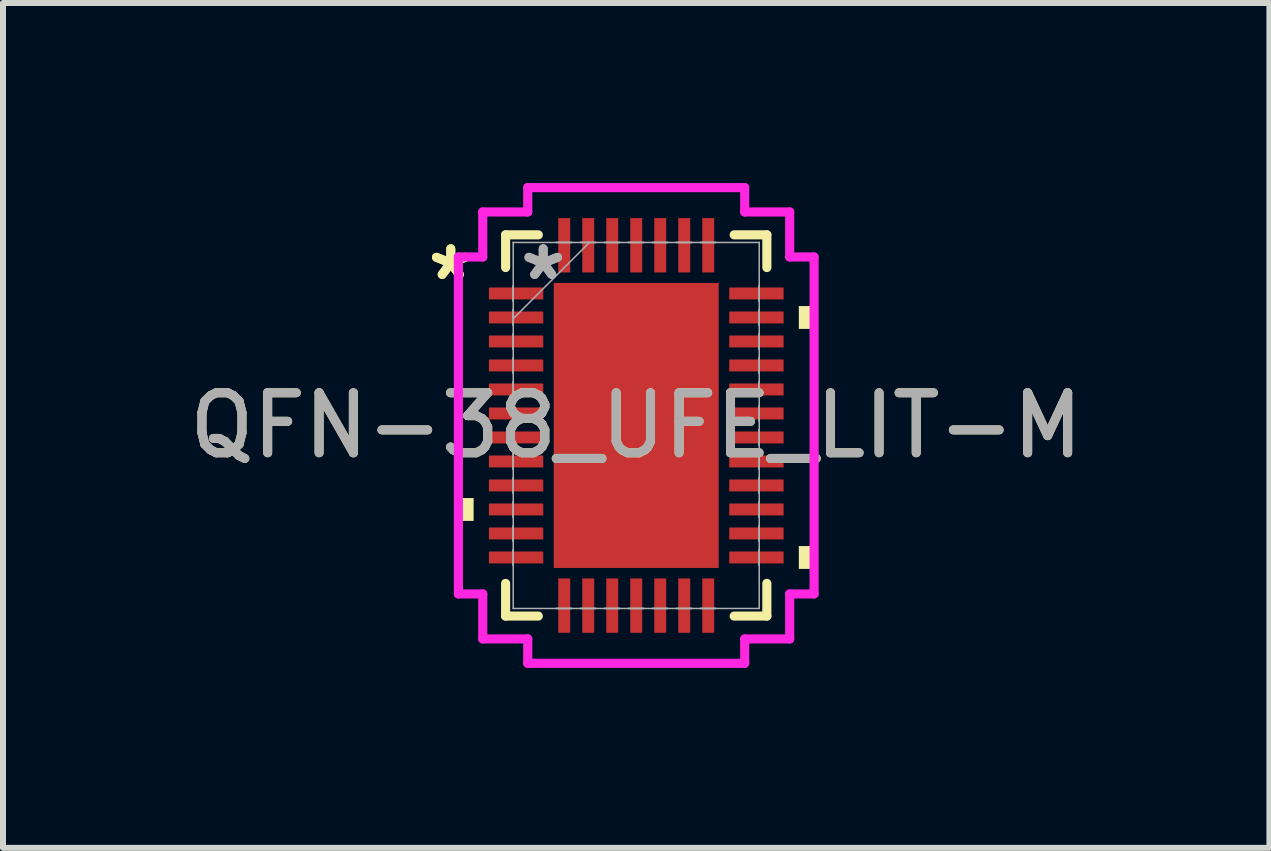
<source format=kicad_pcb>
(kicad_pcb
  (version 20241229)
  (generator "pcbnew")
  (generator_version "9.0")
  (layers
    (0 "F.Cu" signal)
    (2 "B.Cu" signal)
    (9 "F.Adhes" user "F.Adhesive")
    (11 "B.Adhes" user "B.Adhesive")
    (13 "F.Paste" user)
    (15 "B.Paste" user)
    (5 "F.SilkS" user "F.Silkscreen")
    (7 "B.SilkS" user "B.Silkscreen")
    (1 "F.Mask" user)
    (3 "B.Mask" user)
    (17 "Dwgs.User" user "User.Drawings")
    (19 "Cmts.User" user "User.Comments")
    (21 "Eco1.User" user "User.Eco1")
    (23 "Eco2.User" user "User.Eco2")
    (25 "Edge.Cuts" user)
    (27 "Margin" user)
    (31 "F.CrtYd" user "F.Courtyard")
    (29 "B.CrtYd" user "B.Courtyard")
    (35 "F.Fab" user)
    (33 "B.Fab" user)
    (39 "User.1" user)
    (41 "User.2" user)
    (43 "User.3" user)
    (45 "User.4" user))
  (footprint "QFN-38_UFE_LIT-M"
    (layer "F.Cu")
    (at 7.554 4.041)
    (property "Reference" "QFN-38_UFE_LIT-M" (at 0 0 0) (unlocked yes) (layer "F.SilkS") (effects (font (size 1 1) (thickness 0.15))))
    (attr smd)
    (fp_line (start -2.177 -3.177) (end -2.177 -2.632) (stroke (width 0.152) (type solid)) (layer "F.SilkS"))
    (fp_line (start -2.177 2.632) (end -2.177 3.177) (stroke (width 0.152) (type solid)) (layer "F.SilkS"))
    (fp_line (start -2.177 3.177) (end -1.632 3.177) (stroke (width 0.152) (type solid)) (layer "F.SilkS"))
    (fp_line (start -1.632 -3.177) (end -2.177 -3.177) (stroke (width 0.152) (type solid)) (layer "F.SilkS"))
    (fp_line (start 1.632 3.177) (end 2.177 3.177) (stroke (width 0.152) (type solid)) (layer "F.SilkS"))
    (fp_line (start 2.177 -3.177) (end 1.632 -3.177) (stroke (width 0.152) (type solid)) (layer "F.SilkS"))
    (fp_line (start 2.177 -2.632) (end 2.177 -3.177) (stroke (width 0.152) (type solid)) (layer "F.SilkS"))
    (fp_line (start 2.177 3.177) (end 2.177 2.632) (stroke (width 0.152) (type solid)) (layer "F.SilkS"))
    (fp_poly (pts (xy -2.964 1.21) (xy -2.964 1.591) (xy -2.71 1.591) (xy -2.71 1.21)) (stroke (width 0) (type solid)) (fill yes) (layer "F.SilkS"))
    (fp_poly (pts (xy 2.964 -1.99) (xy 2.964 -1.609) (xy 2.71 -1.609) (xy 2.71 -1.99)) (stroke (width 0) (type solid)) (fill yes) (layer "F.SilkS"))
    (fp_poly (pts (xy 2.964 2.01) (xy 2.964 2.391) (xy 2.71 2.391) (xy 2.71 2.01)) (stroke (width 0) (type solid)) (fill yes) (layer "F.SilkS"))
    (fp_poly (pts (xy -1.275 -2.275) (xy -1.275 -0.892) (xy -0.1 -0.892) (xy -0.1 -2.275)) (stroke (width 0) (type solid)) (fill yes) (layer "F.Paste"))
    (fp_poly (pts (xy -1.275 -0.692) (xy -1.275 0.692) (xy -0.1 0.692) (xy -0.1 -0.692)) (stroke (width 0) (type solid)) (fill yes) (layer "F.Paste"))
    (fp_poly (pts (xy -1.275 0.892) (xy -1.275 2.275) (xy -0.1 2.275) (xy -0.1 0.892)) (stroke (width 0) (type solid)) (fill yes) (layer "F.Paste"))
    (fp_poly (pts (xy 0.1 -2.275) (xy 0.1 -0.892) (xy 1.275 -0.892) (xy 1.275 -2.275)) (stroke (width 0) (type solid)) (fill yes) (layer "F.Paste"))
    (fp_poly (pts (xy 0.1 -0.692) (xy 0.1 0.692) (xy 1.275 0.692) (xy 1.275 -0.692)) (stroke (width 0) (type solid)) (fill yes) (layer "F.Paste"))
    (fp_poly (pts (xy 0.1 0.892) (xy 0.1 2.275) (xy 1.275 2.275) (xy 1.275 0.892)) (stroke (width 0) (type solid)) (fill yes) (layer "F.Paste"))
    (fp_line (start -2.964 -2.808) (end -2.558 -2.808) (stroke (width 0.152) (type solid)) (layer "F.CrtYd"))
    (fp_line (start -2.964 2.808) (end -2.964 -2.808) (stroke (width 0.152) (type solid)) (layer "F.CrtYd"))
    (fp_line (start -2.558 -3.558) (end -1.808 -3.558) (stroke (width 0.152) (type solid)) (layer "F.CrtYd"))
    (fp_line (start -2.558 -2.808) (end -2.558 -3.558) (stroke (width 0.152) (type solid)) (layer "F.CrtYd"))
    (fp_line (start -2.558 2.808) (end -2.964 2.808) (stroke (width 0.152) (type solid)) (layer "F.CrtYd"))
    (fp_line (start -2.558 3.558) (end -2.558 2.808) (stroke (width 0.152) (type solid)) (layer "F.CrtYd"))
    (fp_line (start -1.808 -3.964) (end 1.808 -3.964) (stroke (width 0.152) (type solid)) (layer "F.CrtYd"))
    (fp_line (start -1.808 -3.558) (end -1.808 -3.964) (stroke (width 0.152) (type solid)) (layer "F.CrtYd"))
    (fp_line (start -1.808 3.558) (end -2.558 3.558) (stroke (width 0.152) (type solid)) (layer "F.CrtYd"))
    (fp_line (start -1.808 3.964) (end -1.808 3.558) (stroke (width 0.152) (type solid)) (layer "F.CrtYd"))
    (fp_line (start 1.808 -3.964) (end 1.808 -3.558) (stroke (width 0.152) (type solid)) (layer "F.CrtYd"))
    (fp_line (start 1.808 -3.558) (end 2.558 -3.558) (stroke (width 0.152) (type solid)) (layer "F.CrtYd"))
    (fp_line (start 1.808 3.558) (end 1.808 3.964) (stroke (width 0.152) (type solid)) (layer "F.CrtYd"))
    (fp_line (start 1.808 3.964) (end -1.808 3.964) (stroke (width 0.152) (type solid)) (layer "F.CrtYd"))
    (fp_line (start 2.558 -3.558) (end 2.558 -2.808) (stroke (width 0.152) (type solid)) (layer "F.CrtYd"))
    (fp_line (start 2.558 -2.808) (end 2.964 -2.808) (stroke (width 0.152) (type solid)) (layer "F.CrtYd"))
    (fp_line (start 2.558 2.808) (end 2.558 3.558) (stroke (width 0.152) (type solid)) (layer "F.CrtYd"))
    (fp_line (start 2.558 3.558) (end 1.808 3.558) (stroke (width 0.152) (type solid)) (layer "F.CrtYd"))
    (fp_line (start 2.964 -2.808) (end 2.964 2.808) (stroke (width 0.152) (type solid)) (layer "F.CrtYd"))
    (fp_line (start 2.964 2.808) (end 2.558 2.808) (stroke (width 0.152) (type solid)) (layer "F.CrtYd"))
    (fp_line (start -2.05 -3.05) (end -2.05 -3.05) (stroke (width 0.025) (type solid)) (layer "F.Fab"))
    (fp_line (start -2.05 -3.05) (end -2.05 3.05) (stroke (width 0.025) (type solid)) (layer "F.Fab"))
    (fp_line (start -2.05 -2.325) (end -2.05 -2.325) (stroke (width 0.025) (type solid)) (layer "F.Fab"))
    (fp_line (start -2.05 -2.325) (end -2.05 -2.075) (stroke (width 0.025) (type solid)) (layer "F.Fab"))
    (fp_line (start -2.05 -2.075) (end -2.05 -2.325) (stroke (width 0.025) (type solid)) (layer "F.Fab"))
    (fp_line (start -2.05 -2.075) (end -2.05 -2.075) (stroke (width 0.025) (type solid)) (layer "F.Fab"))
    (fp_line (start -2.05 -1.925) (end -2.05 -1.925) (stroke (width 0.025) (type solid)) (layer "F.Fab"))
    (fp_line (start -2.05 -1.925) (end -2.05 -1.675) (stroke (width 0.025) (type solid)) (layer "F.Fab"))
    (fp_line (start -2.05 -1.78) (end -0.78 -3.05) (stroke (width 0.025) (type solid)) (layer "F.Fab"))
    (fp_line (start -2.05 -1.675) (end -2.05 -1.925) (stroke (width 0.025) (type solid)) (layer "F.Fab"))
    (fp_line (start -2.05 -1.675) (end -2.05 -1.675) (stroke (width 0.025) (type solid)) (layer "F.Fab"))
    (fp_line (start -2.05 -1.525) (end -2.05 -1.525) (stroke (width 0.025) (type solid)) (layer "F.Fab"))
    (fp_line (start -2.05 -1.525) (end -2.05 -1.275) (stroke (width 0.025) (type solid)) (layer "F.Fab"))
    (fp_line (start -2.05 -1.275) (end -2.05 -1.525) (stroke (width 0.025) (type solid)) (layer "F.Fab"))
    (fp_line (start -2.05 -1.275) (end -2.05 -1.275) (stroke (width 0.025) (type solid)) (layer "F.Fab"))
    (fp_line (start -2.05 -1.125) (end -2.05 -1.125) (stroke (width 0.025) (type solid)) (layer "F.Fab"))
    (fp_line (start -2.05 -1.125) (end -2.05 -0.875) (stroke (width 0.025) (type solid)) (layer "F.Fab"))
    (fp_line (start -2.05 -0.875) (end -2.05 -1.125) (stroke (width 0.025) (type solid)) (layer "F.Fab"))
    (fp_line (start -2.05 -0.875) (end -2.05 -0.875) (stroke (width 0.025) (type solid)) (layer "F.Fab"))
    (fp_line (start -2.05 -0.725) (end -2.05 -0.725) (stroke (width 0.025) (type solid)) (layer "F.Fab"))
    (fp_line (start -2.05 -0.725) (end -2.05 -0.475) (stroke (width 0.025) (type solid)) (layer "F.Fab"))
    (fp_line (start -2.05 -0.475) (end -2.05 -0.725) (stroke (width 0.025) (type solid)) (layer "F.Fab"))
    (fp_line (start -2.05 -0.475) (end -2.05 -0.475) (stroke (width 0.025) (type solid)) (layer "F.Fab"))
    (fp_line (start -2.05 -0.325) (end -2.05 -0.325) (stroke (width 0.025) (type solid)) (layer "F.Fab"))
    (fp_line (start -2.05 -0.325) (end -2.05 -0.075) (stroke (width 0.025) (type solid)) (layer "F.Fab"))
    (fp_line (start -2.05 -0.075) (end -2.05 -0.325) (stroke (width 0.025) (type solid)) (layer "F.Fab"))
    (fp_line (start -2.05 -0.075) (end -2.05 -0.075) (stroke (width 0.025) (type solid)) (layer "F.Fab"))
    (fp_line (start -2.05 0.075) (end -2.05 0.075) (stroke (width 0.025) (type solid)) (layer "F.Fab"))
    (fp_line (start -2.05 0.075) (end -2.05 0.325) (stroke (width 0.025) (type solid)) (layer "F.Fab"))
    (fp_line (start -2.05 0.325) (end -2.05 0.075) (stroke (width 0.025) (type solid)) (layer "F.Fab"))
    (fp_line (start -2.05 0.325) (end -2.05 0.325) (stroke (width 0.025) (type solid)) (layer "F.Fab"))
    (fp_line (start -2.05 0.475) (end -2.05 0.475) (stroke (width 0.025) (type solid)) (layer "F.Fab"))
    (fp_line (start -2.05 0.475) (end -2.05 0.725) (stroke (width 0.025) (type solid)) (layer "F.Fab"))
    (fp_line (start -2.05 0.725) (end -2.05 0.475) (stroke (width 0.025) (type solid)) (layer "F.Fab"))
    (fp_line (start -2.05 0.725) (end -2.05 0.725) (stroke (width 0.025) (type solid)) (layer "F.Fab"))
    (fp_line (start -2.05 0.875) (end -2.05 0.875) (stroke (width 0.025) (type solid)) (layer "F.Fab"))
    (fp_line (start -2.05 0.875) (end -2.05 1.125) (stroke (width 0.025) (type solid)) (layer "F.Fab"))
    (fp_line (start -2.05 1.125) (end -2.05 0.875) (stroke (width 0.025) (type solid)) (layer "F.Fab"))
    (fp_line (start -2.05 1.125) (end -2.05 1.125) (stroke (width 0.025) (type solid)) (layer "F.Fab"))
    (fp_line (start -2.05 1.275) (end -2.05 1.275) (stroke (width 0.025) (type solid)) (layer "F.Fab"))
    (fp_line (start -2.05 1.275) (end -2.05 1.525) (stroke (width 0.025) (type solid)) (layer "F.Fab"))
    (fp_line (start -2.05 1.525) (end -2.05 1.275) (stroke (width 0.025) (type solid)) (layer "F.Fab"))
    (fp_line (start -2.05 1.525) (end -2.05 1.525) (stroke (width 0.025) (type solid)) (layer "F.Fab"))
    (fp_line (start -2.05 1.675) (end -2.05 1.675) (stroke (width 0.025) (type solid)) (layer "F.Fab"))
    (fp_line (start -2.05 1.675) (end -2.05 1.925) (stroke (width 0.025) (type solid)) (layer "F.Fab"))
    (fp_line (start -2.05 1.925) (end -2.05 1.675) (stroke (width 0.025) (type solid)) (layer "F.Fab"))
    (fp_line (start -2.05 1.925) (end -2.05 1.925) (stroke (width 0.025) (type solid)) (layer "F.Fab"))
    (fp_line (start -2.05 2.075) (end -2.05 2.075) (stroke (width 0.025) (type solid)) (layer "F.Fab"))
    (fp_line (start -2.05 2.075) (end -2.05 2.325) (stroke (width 0.025) (type solid)) (layer "F.Fab"))
    (fp_line (start -2.05 2.325) (end -2.05 2.075) (stroke (width 0.025) (type solid)) (layer "F.Fab"))
    (fp_line (start -2.05 2.325) (end -2.05 2.325) (stroke (width 0.025) (type solid)) (layer "F.Fab"))
    (fp_line (start -2.05 3.05) (end -2.05 3.05) (stroke (width 0.025) (type solid)) (layer "F.Fab"))
    (fp_line (start -2.05 3.05) (end 2.05 3.05) (stroke (width 0.025) (type solid)) (layer "F.Fab"))
    (fp_line (start -1.325 -3.05) (end -1.325 -3.05) (stroke (width 0.025) (type solid)) (layer "F.Fab"))
    (fp_line (start -1.325 -3.05) (end -1.075 -3.05) (stroke (width 0.025) (type solid)) (layer "F.Fab"))
    (fp_line (start -1.325 3.05) (end -1.325 3.05) (stroke (width 0.025) (type solid)) (layer "F.Fab"))
    (fp_line (start -1.325 3.05) (end -1.075 3.05) (stroke (width 0.025) (type solid)) (layer "F.Fab"))
    (fp_line (start -1.075 -3.05) (end -1.325 -3.05) (stroke (width 0.025) (type solid)) (layer "F.Fab"))
    (fp_line (start -1.075 -3.05) (end -1.075 -3.05) (stroke (width 0.025) (type solid)) (layer "F.Fab"))
    (fp_line (start -1.075 3.05) (end -1.325 3.05) (stroke (width 0.025) (type solid)) (layer "F.Fab"))
    (fp_line (start -1.075 3.05) (end -1.075 3.05) (stroke (width 0.025) (type solid)) (layer "F.Fab"))
    (fp_line (start -0.925 -3.05) (end -0.925 -3.05) (stroke (width 0.025) (type solid)) (layer "F.Fab"))
    (fp_line (start -0.925 -3.05) (end -0.675 -3.05) (stroke (width 0.025) (type solid)) (layer "F.Fab"))
    (fp_line (start -0.925 3.05) (end -0.925 3.05) (stroke (width 0.025) (type solid)) (layer "F.Fab"))
    (fp_line (start -0.925 3.05) (end -0.675 3.05) (stroke (width 0.025) (type solid)) (layer "F.Fab"))
    (fp_line (start -0.675 -3.05) (end -0.925 -3.05) (stroke (width 0.025) (type solid)) (layer "F.Fab"))
    (fp_line (start -0.675 -3.05) (end -0.675 -3.05) (stroke (width 0.025) (type solid)) (layer "F.Fab"))
    (fp_line (start -0.675 3.05) (end -0.925 3.05) (stroke (width 0.025) (type solid)) (layer "F.Fab"))
    (fp_line (start -0.675 3.05) (end -0.675 3.05) (stroke (width 0.025) (type solid)) (layer "F.Fab"))
    (fp_line (start -0.525 -3.05) (end -0.525 -3.05) (stroke (width 0.025) (type solid)) (layer "F.Fab"))
    (fp_line (start -0.525 -3.05) (end -0.275 -3.05) (stroke (width 0.025) (type solid)) (layer "F.Fab"))
    (fp_line (start -0.525 3.05) (end -0.525 3.05) (stroke (width 0.025) (type solid)) (layer "F.Fab"))
    (fp_line (start -0.525 3.05) (end -0.275 3.05) (stroke (width 0.025) (type solid)) (layer "F.Fab"))
    (fp_line (start -0.275 -3.05) (end -0.525 -3.05) (stroke (width 0.025) (type solid)) (layer "F.Fab"))
    (fp_line (start -0.275 -3.05) (end -0.275 -3.05) (stroke (width 0.025) (type solid)) (layer "F.Fab"))
    (fp_line (start -0.275 3.05) (end -0.525 3.05) (stroke (width 0.025) (type solid)) (layer "F.Fab"))
    (fp_line (start -0.275 3.05) (end -0.275 3.05) (stroke (width 0.025) (type solid)) (layer "F.Fab"))
    (fp_line (start -0.125 -3.05) (end -0.125 -3.05) (stroke (width 0.025) (type solid)) (layer "F.Fab"))
    (fp_line (start -0.125 -3.05) (end 0.125 -3.05) (stroke (width 0.025) (type solid)) (layer "F.Fab"))
    (fp_line (start -0.125 3.05) (end -0.125 3.05) (stroke (width 0.025) (type solid)) (layer "F.Fab"))
    (fp_line (start -0.125 3.05) (end 0.125 3.05) (stroke (width 0.025) (type solid)) (layer "F.Fab"))
    (fp_line (start 0.125 -3.05) (end -0.125 -3.05) (stroke (width 0.025) (type solid)) (layer "F.Fab"))
    (fp_line (start 0.125 -3.05) (end 0.125 -3.05) (stroke (width 0.025) (type solid)) (layer "F.Fab"))
    (fp_line (start 0.125 3.05) (end -0.125 3.05) (stroke (width 0.025) (type solid)) (layer "F.Fab"))
    (fp_line (start 0.125 3.05) (end 0.125 3.05) (stroke (width 0.025) (type solid)) (layer "F.Fab"))
    (fp_line (start 0.275 -3.05) (end 0.275 -3.05) (stroke (width 0.025) (type solid)) (layer "F.Fab"))
    (fp_line (start 0.275 -3.05) (end 0.525 -3.05) (stroke (width 0.025) (type solid)) (layer "F.Fab"))
    (fp_line (start 0.275 3.05) (end 0.275 3.05) (stroke (width 0.025) (type solid)) (layer "F.Fab"))
    (fp_line (start 0.275 3.05) (end 0.525 3.05) (stroke (width 0.025) (type solid)) (layer "F.Fab"))
    (fp_line (start 0.525 -3.05) (end 0.275 -3.05) (stroke (width 0.025) (type solid)) (layer "F.Fab"))
    (fp_line (start 0.525 -3.05) (end 0.525 -3.05) (stroke (width 0.025) (type solid)) (layer "F.Fab"))
    (fp_line (start 0.525 3.05) (end 0.275 3.05) (stroke (width 0.025) (type solid)) (layer "F.Fab"))
    (fp_line (start 0.525 3.05) (end 0.525 3.05) (stroke (width 0.025) (type solid)) (layer "F.Fab"))
    (fp_line (start 0.675 -3.05) (end 0.675 -3.05) (stroke (width 0.025) (type solid)) (layer "F.Fab"))
    (fp_line (start 0.675 -3.05) (end 0.925 -3.05) (stroke (width 0.025) (type solid)) (layer "F.Fab"))
    (fp_line (start 0.675 3.05) (end 0.675 3.05) (stroke (width 0.025) (type solid)) (layer "F.Fab"))
    (fp_line (start 0.675 3.05) (end 0.925 3.05) (stroke (width 0.025) (type solid)) (layer "F.Fab"))
    (fp_line (start 0.925 -3.05) (end 0.675 -3.05) (stroke (width 0.025) (type solid)) (layer "F.Fab"))
    (fp_line (start 0.925 -3.05) (end 0.925 -3.05) (stroke (width 0.025) (type solid)) (layer "F.Fab"))
    (fp_line (start 0.925 3.05) (end 0.675 3.05) (stroke (width 0.025) (type solid)) (layer "F.Fab"))
    (fp_line (start 0.925 3.05) (end 0.925 3.05) (stroke (width 0.025) (type solid)) (layer "F.Fab"))
    (fp_line (start 1.075 -3.05) (end 1.075 -3.05) (stroke (width 0.025) (type solid)) (layer "F.Fab"))
    (fp_line (start 1.075 -3.05) (end 1.325 -3.05) (stroke (width 0.025) (type solid)) (layer "F.Fab"))
    (fp_line (start 1.075 3.05) (end 1.075 3.05) (stroke (width 0.025) (type solid)) (layer "F.Fab"))
    (fp_line (start 1.075 3.05) (end 1.325 3.05) (stroke (width 0.025) (type solid)) (layer "F.Fab"))
    (fp_line (start 1.325 -3.05) (end 1.075 -3.05) (stroke (width 0.025) (type solid)) (layer "F.Fab"))
    (fp_line (start 1.325 -3.05) (end 1.325 -3.05) (stroke (width 0.025) (type solid)) (layer "F.Fab"))
    (fp_line (start 1.325 3.05) (end 1.075 3.05) (stroke (width 0.025) (type solid)) (layer "F.Fab"))
    (fp_line (start 1.325 3.05) (end 1.325 3.05) (stroke (width 0.025) (type solid)) (layer "F.Fab"))
    (fp_line (start 2.05 -3.05) (end -2.05 -3.05) (stroke (width 0.025) (type solid)) (layer "F.Fab"))
    (fp_line (start 2.05 -3.05) (end 2.05 -3.05) (stroke (width 0.025) (type solid)) (layer "F.Fab"))
    (fp_line (start 2.05 -2.325) (end 2.05 -2.325) (stroke (width 0.025) (type solid)) (layer "F.Fab"))
    (fp_line (start 2.05 -2.325) (end 2.05 -2.075) (stroke (width 0.025) (type solid)) (layer "F.Fab"))
    (fp_line (start 2.05 -2.075) (end 2.05 -2.325) (stroke (width 0.025) (type solid)) (layer "F.Fab"))
    (fp_line (start 2.05 -2.075) (end 2.05 -2.075) (stroke (width 0.025) (type solid)) (layer "F.Fab"))
    (fp_line (start 2.05 -1.925) (end 2.05 -1.925) (stroke (width 0.025) (type solid)) (layer "F.Fab"))
    (fp_line (start 2.05 -1.925) (end 2.05 -1.675) (stroke (width 0.025) (type solid)) (layer "F.Fab"))
    (fp_line (start 2.05 -1.675) (end 2.05 -1.925) (stroke (width 0.025) (type solid)) (layer "F.Fab"))
    (fp_line (start 2.05 -1.675) (end 2.05 -1.675) (stroke (width 0.025) (type solid)) (layer "F.Fab"))
    (fp_line (start 2.05 -1.525) (end 2.05 -1.525) (stroke (width 0.025) (type solid)) (layer "F.Fab"))
    (fp_line (start 2.05 -1.525) (end 2.05 -1.275) (stroke (width 0.025) (type solid)) (layer "F.Fab"))
    (fp_line (start 2.05 -1.275) (end 2.05 -1.525) (stroke (width 0.025) (type solid)) (layer "F.Fab"))
    (fp_line (start 2.05 -1.275) (end 2.05 -1.275) (stroke (width 0.025) (type solid)) (layer "F.Fab"))
    (fp_line (start 2.05 -1.125) (end 2.05 -1.125) (stroke (width 0.025) (type solid)) (layer "F.Fab"))
    (fp_line (start 2.05 -1.125) (end 2.05 -0.875) (stroke (width 0.025) (type solid)) (layer "F.Fab"))
    (fp_line (start 2.05 -0.875) (end 2.05 -1.125) (stroke (width 0.025) (type solid)) (layer "F.Fab"))
    (fp_line (start 2.05 -0.875) (end 2.05 -0.875) (stroke (width 0.025) (type solid)) (layer "F.Fab"))
    (fp_line (start 2.05 -0.725) (end 2.05 -0.725) (stroke (width 0.025) (type solid)) (layer "F.Fab"))
    (fp_line (start 2.05 -0.725) (end 2.05 -0.475) (stroke (width 0.025) (type solid)) (layer "F.Fab"))
    (fp_line (start 2.05 -0.475) (end 2.05 -0.725) (stroke (width 0.025) (type solid)) (layer "F.Fab"))
    (fp_line (start 2.05 -0.475) (end 2.05 -0.475) (stroke (width 0.025) (type solid)) (layer "F.Fab"))
    (fp_line (start 2.05 -0.325) (end 2.05 -0.325) (stroke (width 0.025) (type solid)) (layer "F.Fab"))
    (fp_line (start 2.05 -0.325) (end 2.05 -0.075) (stroke (width 0.025) (type solid)) (layer "F.Fab"))
    (fp_line (start 2.05 -0.075) (end 2.05 -0.325) (stroke (width 0.025) (type solid)) (layer "F.Fab"))
    (fp_line (start 2.05 -0.075) (end 2.05 -0.075) (stroke (width 0.025) (type solid)) (layer "F.Fab"))
    (fp_line (start 2.05 0.075) (end 2.05 0.075) (stroke (width 0.025) (type solid)) (layer "F.Fab"))
    (fp_line (start 2.05 0.075) (end 2.05 0.325) (stroke (width 0.025) (type solid)) (layer "F.Fab"))
    (fp_line (start 2.05 0.325) (end 2.05 0.075) (stroke (width 0.025) (type solid)) (layer "F.Fab"))
    (fp_line (start 2.05 0.325) (end 2.05 0.325) (stroke (width 0.025) (type solid)) (layer "F.Fab"))
    (fp_line (start 2.05 0.475) (end 2.05 0.475) (stroke (width 0.025) (type solid)) (layer "F.Fab"))
    (fp_line (start 2.05 0.475) (end 2.05 0.725) (stroke (width 0.025) (type solid)) (layer "F.Fab"))
    (fp_line (start 2.05 0.725) (end 2.05 0.475) (stroke (width 0.025) (type solid)) (layer "F.Fab"))
    (fp_line (start 2.05 0.725) (end 2.05 0.725) (stroke (width 0.025) (type solid)) (layer "F.Fab"))
    (fp_line (start 2.05 0.875) (end 2.05 0.875) (stroke (width 0.025) (type solid)) (layer "F.Fab"))
    (fp_line (start 2.05 0.875) (end 2.05 1.125) (stroke (width 0.025) (type solid)) (layer "F.Fab"))
    (fp_line (start 2.05 1.125) (end 2.05 0.875) (stroke (width 0.025) (type solid)) (layer "F.Fab"))
    (fp_line (start 2.05 1.125) (end 2.05 1.125) (stroke (width 0.025) (type solid)) (layer "F.Fab"))
    (fp_line (start 2.05 1.275) (end 2.05 1.275) (stroke (width 0.025) (type solid)) (layer "F.Fab"))
    (fp_line (start 2.05 1.275) (end 2.05 1.525) (stroke (width 0.025) (type solid)) (layer "F.Fab"))
    (fp_line (start 2.05 1.525) (end 2.05 1.275) (stroke (width 0.025) (type solid)) (layer "F.Fab"))
    (fp_line (start 2.05 1.525) (end 2.05 1.525) (stroke (width 0.025) (type solid)) (layer "F.Fab"))
    (fp_line (start 2.05 1.675) (end 2.05 1.675) (stroke (width 0.025) (type solid)) (layer "F.Fab"))
    (fp_line (start 2.05 1.675) (end 2.05 1.925) (stroke (width 0.025) (type solid)) (layer "F.Fab"))
    (fp_line (start 2.05 1.925) (end 2.05 1.675) (stroke (width 0.025) (type solid)) (layer "F.Fab"))
    (fp_line (start 2.05 1.925) (end 2.05 1.925) (stroke (width 0.025) (type solid)) (layer "F.Fab"))
    (fp_line (start 2.05 2.075) (end 2.05 2.075) (stroke (width 0.025) (type solid)) (layer "F.Fab"))
    (fp_line (start 2.05 2.075) (end 2.05 2.325) (stroke (width 0.025) (type solid)) (layer "F.Fab"))
    (fp_line (start 2.05 2.325) (end 2.05 2.075) (stroke (width 0.025) (type solid)) (layer "F.Fab"))
    (fp_line (start 2.05 2.325) (end 2.05 2.325) (stroke (width 0.025) (type solid)) (layer "F.Fab"))
    (fp_line (start 2.05 3.05) (end 2.05 -3.05) (stroke (width 0.025) (type solid)) (layer "F.Fab"))
    (fp_line (start 2.05 3.05) (end 2.05 3.05) (stroke (width 0.025) (type solid)) (layer "F.Fab"))
    (fp_text user "*" (at -3.091 -2.4 0) (layer "F.SilkS") (effects (font (size 1 1) (thickness 0.15))))
    (fp_text user "*" (at -3.091 -2.4 0) (unlocked yes) (layer "F.SilkS") (effects (font (size 1 1) (thickness 0.15))))
    (fp_text user "*" (at -1.55 -2.4 0) (unlocked yes) (layer "F.Fab") (effects (font (size 1 1) (thickness 0.15))))
    (fp_text user "${REFERENCE}" (at 0 0 0) (unlocked yes) (layer "F.Fab") (effects (font (size 1 1) (thickness 0.15))))
    (fp_text user "*" (at -1.55 -2.4 0) (layer "F.Fab") (effects (font (size 1 1) (thickness 0.15))))
    (pad "1" smd rect (at -2.003 -2.2 90) (size 0.199 0.906) (layers "F.Cu" "F.Mask" "F.Paste"))
    (pad "2" smd rect (at -2.003 -1.8 90) (size 0.199 0.906) (layers "F.Cu" "F.Mask" "F.Paste"))
    (pad "3" smd rect (at -2.003 -1.4 90) (size 0.199 0.906) (layers "F.Cu" "F.Mask" "F.Paste"))
    (pad "4" smd rect (at -2.003 -1 90) (size 0.199 0.906) (layers "F.Cu" "F.Mask" "F.Paste"))
    (pad "5" smd rect (at -2.003 -0.6 90) (size 0.199 0.906) (layers "F.Cu" "F.Mask" "F.Paste"))
    (pad "6" smd rect (at -2.003 -0.2 90) (size 0.199 0.906) (layers "F.Cu" "F.Mask" "F.Paste"))
    (pad "7" smd rect (at -2.003 0.2 90) (size 0.199 0.906) (layers "F.Cu" "F.Mask" "F.Paste"))
    (pad "8" smd rect (at -2.003 0.6 90) (size 0.199 0.906) (layers "F.Cu" "F.Mask" "F.Paste"))
    (pad "9" smd rect (at -2.003 1 90) (size 0.199 0.906) (layers "F.Cu" "F.Mask" "F.Paste"))
    (pad "10" smd rect (at -2.003 1.4 90) (size 0.199 0.906) (layers "F.Cu" "F.Mask" "F.Paste"))
    (pad "11" smd rect (at -2.003 1.8 90) (size 0.199 0.906) (layers "F.Cu" "F.Mask" "F.Paste"))
    (pad "12" smd rect (at -2.003 2.2 90) (size 0.199 0.906) (layers "F.Cu" "F.Mask" "F.Paste"))
    (pad "13" smd rect (at -1.2 3.003) (size 0.199 0.906) (layers "F.Cu" "F.Mask" "F.Paste"))
    (pad "14" smd rect (at -0.8 3.003) (size 0.199 0.906) (layers "F.Cu" "F.Mask" "F.Paste"))
    (pad "15" smd rect (at -0.4 3.003) (size 0.199 0.906) (layers "F.Cu" "F.Mask" "F.Paste"))
    (pad "16" smd rect (at 0 3.003) (size 0.199 0.906) (layers "F.Cu" "F.Mask" "F.Paste"))
    (pad "17" smd rect (at 0.4 3.003) (size 0.199 0.906) (layers "F.Cu" "F.Mask" "F.Paste"))
    (pad "18" smd rect (at 0.8 3.003) (size 0.199 0.906) (layers "F.Cu" "F.Mask" "F.Paste"))
    (pad "19" smd rect (at 1.2 3.003) (size 0.199 0.906) (layers "F.Cu" "F.Mask" "F.Paste"))
    (pad "20" smd rect (at 2.003 2.2 90) (size 0.199 0.906) (layers "F.Cu" "F.Mask" "F.Paste"))
    (pad "21" smd rect (at 2.003 1.8 90) (size 0.199 0.906) (layers "F.Cu" "F.Mask" "F.Paste"))
    (pad "22" smd rect (at 2.003 1.4 90) (size 0.199 0.906) (layers "F.Cu" "F.Mask" "F.Paste"))
    (pad "23" smd rect (at 2.003 1 90) (size 0.199 0.906) (layers "F.Cu" "F.Mask" "F.Paste"))
    (pad "24" smd rect (at 2.003 0.6 90) (size 0.199 0.906) (layers "F.Cu" "F.Mask" "F.Paste"))
    (pad "25" smd rect (at 2.003 0.2 90) (size 0.199 0.906) (layers "F.Cu" "F.Mask" "F.Paste"))
    (pad "26" smd rect (at 2.003 -0.2 90) (size 0.199 0.906) (layers "F.Cu" "F.Mask" "F.Paste"))
    (pad "27" smd rect (at 2.003 -0.6 90) (size 0.199 0.906) (layers "F.Cu" "F.Mask" "F.Paste"))
    (pad "28" smd rect (at 2.003 -1 90) (size 0.199 0.906) (layers "F.Cu" "F.Mask" "F.Paste"))
    (pad "29" smd rect (at 2.003 -1.4 90) (size 0.199 0.906) (layers "F.Cu" "F.Mask" "F.Paste"))
    (pad "30" smd rect (at 2.003 -1.8 90) (size 0.199 0.906) (layers "F.Cu" "F.Mask" "F.Paste"))
    (pad "31" smd rect (at 2.003 -2.2 90) (size 0.199 0.906) (layers "F.Cu" "F.Mask" "F.Paste"))
    (pad "32" smd rect (at 1.2 -3.003) (size 0.199 0.906) (layers "F.Cu" "F.Mask" "F.Paste"))
    (pad "33" smd rect (at 0.8 -3.003) (size 0.199 0.906) (layers "F.Cu" "F.Mask" "F.Paste"))
    (pad "34" smd rect (at 0.4 -3.003) (size 0.199 0.906) (layers "F.Cu" "F.Mask" "F.Paste"))
    (pad "35" smd rect (at 0 -3.003) (size 0.199 0.906) (layers "F.Cu" "F.Mask" "F.Paste"))
    (pad "36" smd rect (at -0.4 -3.003) (size 0.199 0.906) (layers "F.Cu" "F.Mask" "F.Paste"))
    (pad "37" smd rect (at -0.8 -3.003) (size 0.199 0.906) (layers "F.Cu" "F.Mask" "F.Paste"))
    (pad "38" smd rect (at -1.2 -3.003) (size 0.199 0.906) (layers "F.Cu" "F.Mask" "F.Paste"))
    (pad "39" smd rect (at 0 0) (size 2.75 4.75) (layers "F.Cu" "F.Mask" "F.Paste")))
  (gr_rect
    (start -3 -3)
    (end 18.107 11.081)
    (stroke (width 0.1) (type default))
    (fill no)
    (layer "Edge.Cuts")))
</source>
